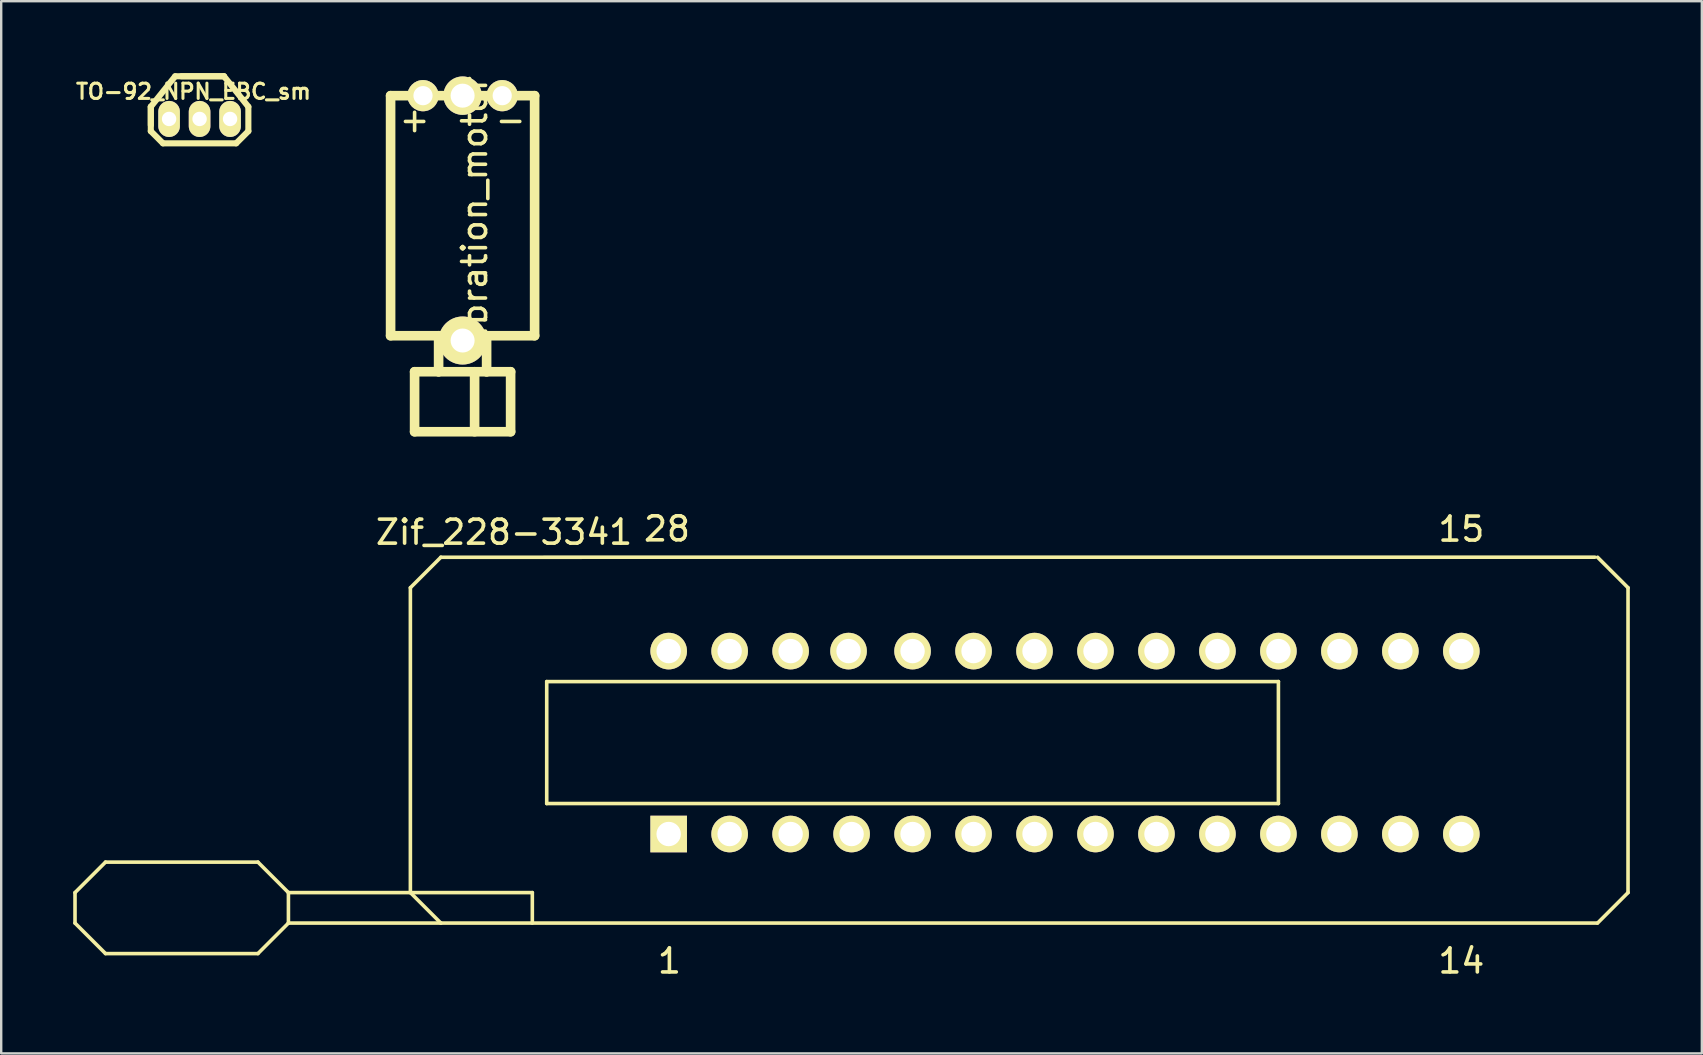
<source format=kicad_pcb>
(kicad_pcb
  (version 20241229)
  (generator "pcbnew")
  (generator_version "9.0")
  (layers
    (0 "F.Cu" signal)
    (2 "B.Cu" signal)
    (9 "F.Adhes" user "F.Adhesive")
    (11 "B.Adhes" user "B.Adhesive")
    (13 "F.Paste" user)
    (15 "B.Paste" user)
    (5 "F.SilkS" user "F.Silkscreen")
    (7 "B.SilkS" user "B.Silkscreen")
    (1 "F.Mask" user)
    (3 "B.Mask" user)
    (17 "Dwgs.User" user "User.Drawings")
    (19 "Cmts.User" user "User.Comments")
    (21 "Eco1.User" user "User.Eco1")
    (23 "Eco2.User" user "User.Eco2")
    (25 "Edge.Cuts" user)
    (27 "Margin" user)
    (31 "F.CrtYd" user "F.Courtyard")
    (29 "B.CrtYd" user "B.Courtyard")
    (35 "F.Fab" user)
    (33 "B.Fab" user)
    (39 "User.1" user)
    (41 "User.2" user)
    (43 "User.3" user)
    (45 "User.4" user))
  (footprint "Zif_228-3341"
    (layer "F.Cu")
    (at 36.235 27.883)
    (property "Reference" "Zif_228-3341" (at -18.288 -8.763 180) (layer "F.SilkS") (effects (font (size 1 1) (thickness 0.15))))
    (attr through_hole)
    (fp_line (start -36.16 6.25) (end -36.16 7.52) (stroke (width 0.15) (type solid)) (layer "F.SilkS"))
    (fp_line (start -36.16 7.52) (end -34.89 8.79) (stroke (width 0.15) (type solid)) (layer "F.SilkS"))
    (fp_line (start -34.89 4.98) (end -36.16 6.25) (stroke (width 0.15) (type solid)) (layer "F.SilkS"))
    (fp_line (start -34.89 8.79) (end -28.54 8.79) (stroke (width 0.15) (type solid)) (layer "F.SilkS"))
    (fp_line (start -28.54 4.98) (end -34.89 4.98) (stroke (width 0.15) (type solid)) (layer "F.SilkS"))
    (fp_line (start -28.54 8.79) (end -27.27 7.52) (stroke (width 0.15) (type solid)) (layer "F.SilkS"))
    (fp_line (start -27.27 6.25) (end -28.54 4.98) (stroke (width 0.15) (type solid)) (layer "F.SilkS"))
    (fp_line (start -27.27 6.25) (end -17.11 6.25) (stroke (width 0.15) (type solid)) (layer "F.SilkS"))
    (fp_line (start -27.27 7.52) (end -27.27 6.25) (stroke (width 0.15) (type solid)) (layer "F.SilkS"))
    (fp_line (start -27.27 7.52) (end -20.92 7.52) (stroke (width 0.15) (type solid)) (layer "F.SilkS"))
    (fp_line (start -22.19 -6.45) (end -20.92 -7.72) (stroke (width 0.15) (type solid)) (layer "F.SilkS"))
    (fp_line (start -22.19 6.25) (end -22.19 -6.45) (stroke (width 0.15) (type solid)) (layer "F.SilkS"))
    (fp_line (start -20.92 -7.72) (end 27.153 -7.722) (stroke (width 0.15) (type solid)) (layer "F.SilkS"))
    (fp_line (start -20.92 7.52) (end -22.19 6.25) (stroke (width 0.15) (type solid)) (layer "F.SilkS"))
    (fp_line (start -17.11 6.25) (end -17.11 7.52) (stroke (width 0.15) (type solid)) (layer "F.SilkS"))
    (fp_line (start -16.51 -2.54) (end -16.51 2.54) (stroke (width 0.15) (type solid)) (layer "F.SilkS"))
    (fp_line (start -16.51 2.54) (end 13.97 2.54) (stroke (width 0.15) (type solid)) (layer "F.SilkS"))
    (fp_line (start 13.97 -2.54) (end -16.51 -2.54) (stroke (width 0.15) (type solid)) (layer "F.SilkS"))
    (fp_line (start 13.97 2.54) (end 13.97 -2.54) (stroke (width 0.15) (type solid)) (layer "F.SilkS"))
    (fp_line (start 27.254 7.518) (end -20.92 7.52) (stroke (width 0.15) (type solid)) (layer "F.SilkS"))
    (fp_line (start 27.264 -7.72) (end 28.534 -6.45) (stroke (width 0.15) (type solid)) (layer "F.SilkS"))
    (fp_line (start 28.534 -6.45) (end 28.534 6.25) (stroke (width 0.15) (type solid)) (layer "F.SilkS"))
    (fp_line (start 28.534 6.25) (end 27.264 7.52) (stroke (width 0.15) (type solid)) (layer "F.SilkS"))
    (fp_text user "1" (at -11.4 9.1 0) (layer "F.SilkS") (effects (font (size 1 1) (thickness 0.15))))
    (fp_text user "15" (at 21.59 -8.89 0) (layer "F.SilkS") (effects (font (size 1 1) (thickness 0.15))))
    (fp_text user "14" (at 21.59 9.1 0) (layer "F.SilkS") (effects (font (size 1 1) (thickness 0.15))))
    (fp_text user "28" (at -11.5 -8.9 0) (layer "F.SilkS") (effects (font (size 1 1) (thickness 0.15))))
    (pad "1" thru_hole rect (at -11.43 3.81) (size 1.524 1.524) (drill 1.016) (layers "*.Cu" "*.Mask" "F.SilkS"))
    (pad "2" thru_hole circle (at -8.89 3.81) (size 1.524 1.524) (drill 1.016) (layers "*.Cu" "*.Mask" "F.SilkS"))
    (pad "3" thru_hole circle (at -6.35 3.81) (size 1.524 1.524) (drill 1.016) (layers "*.Cu" "*.Mask" "F.SilkS"))
    (pad "4" thru_hole circle (at -3.81 3.81) (size 1.524 1.524) (drill 1.016) (layers "*.Cu" "*.Mask" "F.SilkS"))
    (pad "5" thru_hole circle (at -1.27 3.81) (size 1.524 1.524) (drill 1.016) (layers "*.Cu" "*.Mask" "F.SilkS"))
    (pad "6" thru_hole circle (at 1.27 3.81) (size 1.524 1.524) (drill 1.016) (layers "*.Cu" "*.Mask" "F.SilkS"))
    (pad "7" thru_hole circle (at 3.81 3.81) (size 1.524 1.524) (drill 1.016) (layers "*.Cu" "*.Mask" "F.SilkS"))
    (pad "8" thru_hole circle (at 6.35 3.81) (size 1.524 1.524) (drill 1.016) (layers "*.Cu" "*.Mask" "F.SilkS"))
    (pad "9" thru_hole circle (at 8.89 3.81) (size 1.524 1.524) (drill 1.016) (layers "*.Cu" "*.Mask" "F.SilkS"))
    (pad "10" thru_hole circle (at 11.43 3.81) (size 1.524 1.524) (drill 1.016) (layers "*.Cu" "*.Mask" "F.SilkS"))
    (pad "11" thru_hole circle (at 13.97 3.81) (size 1.524 1.524) (drill 1.016) (layers "*.Cu" "*.Mask" "F.SilkS"))
    (pad "12" thru_hole circle (at 16.51 3.81) (size 1.524 1.524) (drill 1.016) (layers "*.Cu" "*.Mask" "F.SilkS"))
    (pad "13" thru_hole circle (at 19.05 3.81) (size 1.524 1.524) (drill 1.016) (layers "*.Cu" "*.Mask" "F.SilkS"))
    (pad "14" thru_hole circle (at 21.59 3.81) (size 1.524 1.524) (drill 1.016) (layers "*.Cu" "*.Mask" "F.SilkS"))
    (pad "15" thru_hole circle (at 21.59 -3.81) (size 1.524 1.524) (drill 1.016) (layers "*.Cu" "*.Mask" "F.SilkS"))
    (pad "16" thru_hole circle (at 19.05 -3.81) (size 1.524 1.524) (drill 1.016) (layers "*.Cu" "*.Mask" "F.SilkS"))
    (pad "17" thru_hole circle (at 16.51 -3.81) (size 1.524 1.524) (drill 1.016) (layers "*.Cu" "*.Mask" "F.SilkS"))
    (pad "18" thru_hole circle (at 13.97 -3.81) (size 1.524 1.524) (drill 1.016) (layers "*.Cu" "*.Mask" "F.SilkS"))
    (pad "19" thru_hole circle (at 11.43 -3.81) (size 1.524 1.524) (drill 1.016) (layers "*.Cu" "*.Mask" "F.SilkS"))
    (pad "20" thru_hole circle (at 8.89 -3.81) (size 1.524 1.524) (drill 1.016) (layers "*.Cu" "*.Mask" "F.SilkS"))
    (pad "21" thru_hole circle (at 6.35 -3.81) (size 1.524 1.524) (drill 1.016) (layers "*.Cu" "*.Mask" "F.SilkS"))
    (pad "22" thru_hole circle (at 3.81 -3.81) (size 1.524 1.524) (drill 1.016) (layers "*.Cu" "*.Mask" "F.SilkS"))
    (pad "23" thru_hole circle (at 1.27 -3.81) (size 1.524 1.524) (drill 1.016) (layers "*.Cu" "*.Mask" "F.SilkS"))
    (pad "24" thru_hole circle (at -1.27 -3.81) (size 1.524 1.524) (drill 1.016) (layers "*.Cu" "*.Mask" "F.SilkS"))
    (pad "25" thru_hole circle (at -3.937 -3.81) (size 1.524 1.524) (drill 1.016) (layers "*.Cu" "*.Mask" "F.SilkS"))
    (pad "26" thru_hole circle (at -6.35 -3.81) (size 1.524 1.524) (drill 1.016) (layers "*.Cu" "*.Mask" "F.SilkS"))
    (pad "27" thru_hole circle (at -8.89 -3.81) (size 1.524 1.524) (drill 1.016) (layers "*.Cu" "*.Mask" "F.SilkS"))
    (pad "28" thru_hole circle (at -11.43 -3.81) (size 1.524 1.524) (drill 1.016) (layers "*.Cu" "*.Mask" "F.SilkS")))
  (footprint "TO-92_NPN_EBC_sm"
    (layer "F.Cu")
    (at 3.994 1.905)
    (property "Reference" "TO-92_NPN_EBC_sm" (at 1.016 -1.143 0) (layer "F.SilkS") (effects (font (size 0.635 0.635) (thickness 0.127))))
    (attr through_hole)
    (fp_line (start -0.762 -0.508) (end -0.762 0.254) (stroke (width 0.254) (type solid)) (layer "F.SilkS"))
    (fp_line (start -0.762 -0.508) (end 0.254 -1.778) (stroke (width 0.254) (type solid)) (layer "F.SilkS"))
    (fp_line (start -0.762 0.508) (end -0.762 -0.508) (stroke (width 0.254) (type solid)) (layer "F.SilkS"))
    (fp_line (start -0.254 1.016) (end -0.762 0.508) (stroke (width 0.254) (type solid)) (layer "F.SilkS"))
    (fp_line (start -0.254 1.016) (end 2.794 1.016) (stroke (width 0.254) (type solid)) (layer "F.SilkS"))
    (fp_line (start 0.254 -1.778) (end 2.286 -1.778) (stroke (width 0.254) (type solid)) (layer "F.SilkS"))
    (fp_line (start 2.286 -1.778) (end 0.508 -1.778) (stroke (width 0.254) (type solid)) (layer "F.SilkS"))
    (fp_line (start 2.794 1.016) (end 3.302 0.508) (stroke (width 0.254) (type solid)) (layer "F.SilkS"))
    (fp_line (start 3.302 -0.508) (end 2.286 -1.778) (stroke (width 0.254) (type solid)) (layer "F.SilkS"))
    (fp_line (start 3.302 0.508) (end 3.302 -0.508) (stroke (width 0.254) (type solid)) (layer "F.SilkS"))
    (pad "1" thru_hole oval (at 0 0 180) (size 0.899 1.501) (drill 0.6) (layers "*.Cu" "*.Mask" "F.SilkS"))
    (pad "2" thru_hole oval (at 1.27 0 180) (size 0.899 1.501) (drill 0.6) (layers "*.Cu" "*.Mask" "F.SilkS"))
    (pad "3" thru_hole oval (at 2.54 0 180) (size 0.899 1.501) (drill 0.6) (layers "*.Cu" "*.Mask" "F.SilkS")))
  (footprint "vibration_motor"
    (layer "F.Cu")
    (at 16.221 5.935)
    (property "Reference" "vibration_motor" (at 0.5 0 90) (layer "F.SilkS") (effects (font (size 1 1) (thickness 0.15))))
    (attr through_hole)
    (fp_line (start -3 -5) (end -3 5) (stroke (width 0.4) (type solid)) (layer "F.SilkS"))
    (fp_line (start -3 5) (end 3 5) (stroke (width 0.4) (type solid)) (layer "F.SilkS"))
    (fp_line (start -2 6.5) (end -2 9) (stroke (width 0.4) (type solid)) (layer "F.SilkS"))
    (fp_line (start -2 9) (end 2 9) (stroke (width 0.4) (type solid)) (layer "F.SilkS"))
    (fp_line (start -1 5) (end -1 6.5) (stroke (width 0.4) (type solid)) (layer "F.SilkS"))
    (fp_line (start -1 6.5) (end -2 6.5) (stroke (width 0.4) (type solid)) (layer "F.SilkS"))
    (fp_line (start -1 6.5) (end 1 6.5) (stroke (width 0.4) (type solid)) (layer "F.SilkS"))
    (fp_line (start 0.5 6.5) (end 0.5 9) (stroke (width 0.4) (type solid)) (layer "F.SilkS"))
    (fp_line (start 1 6.5) (end 1 5) (stroke (width 0.4) (type solid)) (layer "F.SilkS"))
    (fp_line (start 2 6.5) (end 1 6.5) (stroke (width 0.4) (type solid)) (layer "F.SilkS"))
    (fp_line (start 2 9) (end 2 6.5) (stroke (width 0.4) (type solid)) (layer "F.SilkS"))
    (fp_line (start 3 -5) (end -3 -5) (stroke (width 0.4) (type solid)) (layer "F.SilkS"))
    (fp_line (start 3 5) (end 3 -5) (stroke (width 0.4) (type solid)) (layer "F.SilkS"))
    (fp_text user "+" (at -2 -4 0) (layer "F.SilkS") (effects (font (size 1 1) (thickness 0.15))))
    (fp_text user "-" (at 2 -4 0) (layer "F.SilkS") (effects (font (size 1 1) (thickness 0.15))))
    (pad "1" thru_hole circle (at -1.65 -5) (size 1.3 1.3) (drill 0.8) (layers "*.Cu" "*.Mask" "F.SilkS"))
    (pad "2" thru_hole circle (at 1.65 -5) (size 1.3 1.3) (drill 0.8) (layers "*.Cu" "*.Mask" "F.SilkS"))
    (pad "3" thru_hole circle (at 0 -5) (size 1.6 1.6) (drill 1) (layers "*.Cu" "*.Mask" "F.SilkS"))
    (pad "3" thru_hole circle (at 0 5.2) (size 2 2) (drill 1) (layers "*.Cu" "*.Mask" "F.SilkS")))
  (gr_rect
    (start -3 -3)
    (end 67.844 40.831)
    (stroke (width 0.1) (type default))
    (fill no)
    (layer "Edge.Cuts")))
</source>
